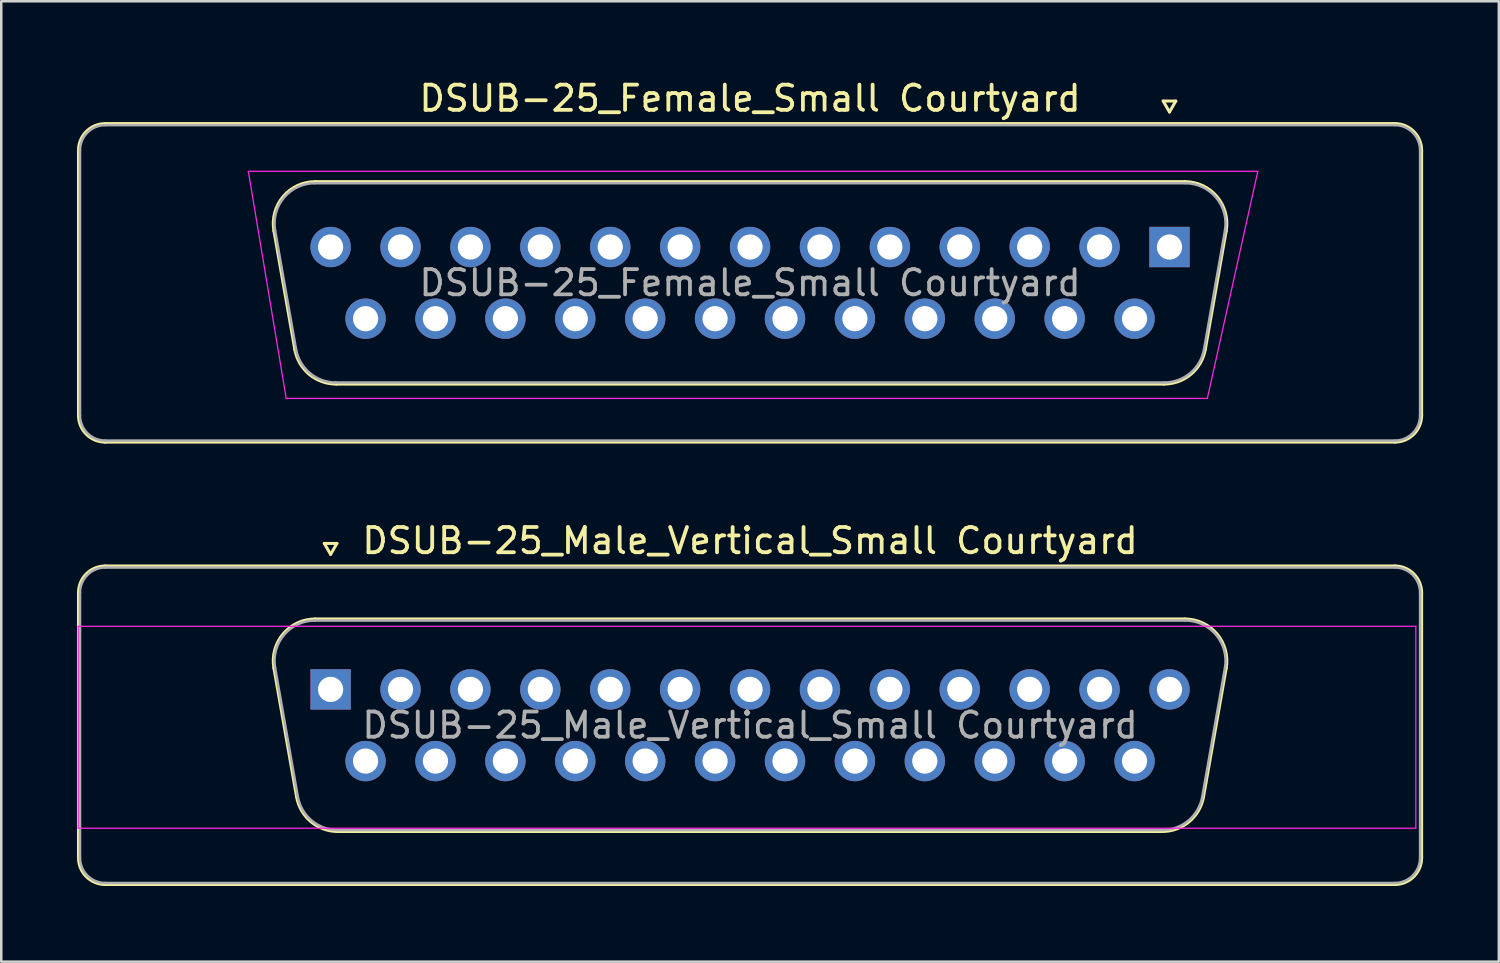
<source format=kicad_pcb>
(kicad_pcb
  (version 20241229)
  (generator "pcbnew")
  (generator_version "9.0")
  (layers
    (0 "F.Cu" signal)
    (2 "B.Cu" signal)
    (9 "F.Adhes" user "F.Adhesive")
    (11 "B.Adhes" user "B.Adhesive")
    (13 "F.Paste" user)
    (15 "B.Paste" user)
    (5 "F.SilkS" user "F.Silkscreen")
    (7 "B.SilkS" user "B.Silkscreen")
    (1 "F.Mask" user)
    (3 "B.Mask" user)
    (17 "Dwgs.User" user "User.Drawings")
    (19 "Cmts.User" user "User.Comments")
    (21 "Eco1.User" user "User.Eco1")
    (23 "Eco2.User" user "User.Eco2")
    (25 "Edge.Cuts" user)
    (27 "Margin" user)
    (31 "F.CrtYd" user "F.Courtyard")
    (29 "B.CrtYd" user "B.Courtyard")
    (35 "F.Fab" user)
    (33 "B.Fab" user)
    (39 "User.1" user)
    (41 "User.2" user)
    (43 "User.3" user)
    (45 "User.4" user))
  (footprint "DSUB-25_Female_Small Courtyard"
    (layer "F.Cu")
    (at 43.29 6.738)
    (property "Reference" "DSUB-25_Female_Small Courtyard" (at -16.62 -5.89 0) (layer "F.SilkS") (effects (font (size 1 1) (thickness 0.15))))
    (attr through_hole)
    (fp_line (start -43.23 6.67) (end -43.23 -3.83) (stroke (width 0.12) (type solid)) (layer "F.SilkS"))
    (fp_line (start -42.17 -4.89) (end 8.93 -4.89) (stroke (width 0.12) (type solid)) (layer "F.SilkS"))
    (fp_line (start -35.486 -0.642) (end -34.658 4.058) (stroke (width 0.12) (type solid)) (layer "F.SilkS"))
    (fp_line (start -33.852 -2.59) (end 0.612 -2.59) (stroke (width 0.12) (type solid)) (layer "F.SilkS"))
    (fp_line (start -33.023 5.43) (end -0.217 5.43) (stroke (width 0.12) (type solid)) (layer "F.SilkS"))
    (fp_line (start -0.25 -5.784) (end 0.25 -5.784) (stroke (width 0.12) (type solid)) (layer "F.SilkS"))
    (fp_line (start 0 -5.351) (end -0.25 -5.784) (stroke (width 0.12) (type solid)) (layer "F.SilkS"))
    (fp_line (start 0.25 -5.784) (end 0 -5.351) (stroke (width 0.12) (type solid)) (layer "F.SilkS"))
    (fp_line (start 2.246 -0.642) (end 1.418 4.058) (stroke (width 0.12) (type solid)) (layer "F.SilkS"))
    (fp_line (start 8.93 7.73) (end -42.17 7.73) (stroke (width 0.12) (type solid)) (layer "F.SilkS"))
    (fp_line (start 9.99 -3.83) (end 9.99 6.67) (stroke (width 0.12) (type solid)) (layer "F.SilkS"))
    (fp_arc (start -43.23 -3.83) (mid -42.919533 -4.579533) (end -42.17 -4.89) (stroke (width 0.12) (type solid)) (layer "F.SilkS"))
    (fp_arc (start -42.17 7.73) (mid -42.919533 7.419533) (end -43.23 6.67) (stroke (width 0.12) (type solid)) (layer "F.SilkS"))
    (fp_arc (start -35.48647 -0.641744) (mid -35.123323 -1.997028) (end -33.851689 -2.59) (stroke (width 0.12) (type solid)) (layer "F.SilkS"))
    (fp_arc (start -33.022952 5.43) (mid -34.089979 5.041634) (end -34.657733 4.058256) (stroke (width 0.12) (type solid)) (layer "F.SilkS"))
    (fp_arc (start 0.611689 -2.59) (mid 1.883323 -1.997027) (end 2.24647 -0.641744) (stroke (width 0.12) (type solid)) (layer "F.SilkS"))
    (fp_arc (start 1.417733 4.058256) (mid 0.84998 5.041634) (end -0.217048 5.43) (stroke (width 0.12) (type solid)) (layer "F.SilkS"))
    (fp_arc (start 8.93 -4.89) (mid 9.679533 -4.579533) (end 9.99 -3.83) (stroke (width 0.12) (type solid)) (layer "F.SilkS"))
    (fp_arc (start 9.99 6.67) (mid 9.679533 7.419533) (end 8.93 7.73) (stroke (width 0.12) (type solid)) (layer "F.SilkS"))
    (fp_line (start -36.5 -3) (end -35 6) (stroke (width 0.05) (type solid)) (layer "F.CrtYd"))
    (fp_line (start -35 6) (end 1.5 6) (stroke (width 0.05) (type solid)) (layer "F.CrtYd"))
    (fp_line (start 1.5 6) (end 3.5 -3) (stroke (width 0.05) (type solid)) (layer "F.CrtYd"))
    (fp_line (start 3.5 -3) (end -36.5 -3) (stroke (width 0.05) (type solid)) (layer "F.CrtYd"))
    (fp_line (start -43.17 6.67) (end -43.17 -3.83) (stroke (width 0.1) (type solid)) (layer "F.Fab"))
    (fp_line (start -42.17 -4.83) (end 8.93 -4.83) (stroke (width 0.1) (type solid)) (layer "F.Fab"))
    (fp_line (start -35.439 -0.652) (end -34.61 4.048) (stroke (width 0.1) (type solid)) (layer "F.Fab"))
    (fp_line (start -33.863 -2.53) (end 0.623 -2.53) (stroke (width 0.1) (type solid)) (layer "F.Fab"))
    (fp_line (start -33.034 5.37) (end -0.206 5.37) (stroke (width 0.1) (type solid)) (layer "F.Fab"))
    (fp_line (start 2.199 -0.652) (end 1.37 4.048) (stroke (width 0.1) (type solid)) (layer "F.Fab"))
    (fp_line (start 8.93 7.67) (end -42.17 7.67) (stroke (width 0.1) (type solid)) (layer "F.Fab"))
    (fp_line (start 9.93 -3.83) (end 9.93 6.67) (stroke (width 0.1) (type solid)) (layer "F.Fab"))
    (fp_arc (start -43.17 -3.83) (mid -42.877107 -4.537107) (end -42.17 -4.83) (stroke (width 0.1) (type solid)) (layer "F.Fab"))
    (fp_arc (start -42.17 7.67) (mid -42.877107 7.377107) (end -43.17 6.67) (stroke (width 0.1) (type solid)) (layer "F.Fab"))
    (fp_arc (start -35.438886 -0.652163) (mid -35.088865 -1.95846) (end -33.863194 -2.53) (stroke (width 0.1) (type solid)) (layer "F.Fab"))
    (fp_arc (start -33.034457 5.37) (mid -34.062917 4.995671) (end -34.610149 4.047837) (stroke (width 0.1) (type solid)) (layer "F.Fab"))
    (fp_arc (start 0.623194 -2.53) (mid 1.848865 -1.95846) (end 2.198886 -0.652163) (stroke (width 0.1) (type solid)) (layer "F.Fab"))
    (fp_arc (start 1.370149 4.047837) (mid 0.822917 4.995671) (end -0.205543 5.37) (stroke (width 0.1) (type solid)) (layer "F.Fab"))
    (fp_arc (start 8.93 -4.83) (mid 9.637107 -4.537107) (end 9.93 -3.83) (stroke (width 0.1) (type solid)) (layer "F.Fab"))
    (fp_arc (start 9.93 6.67) (mid 9.637107 7.377107) (end 8.93 7.67) (stroke (width 0.1) (type solid)) (layer "F.Fab"))
    (fp_text user "${REFERENCE}" (at -16.62 1.42 0) (layer "F.Fab") (effects (font (size 1 1) (thickness 0.15))))
    (pad "1" thru_hole rect (at 0 0) (size 1.6 1.6) (drill 1) (layers "*.Cu" "*.Mask"))
    (pad "2" thru_hole circle (at -2.77 0) (size 1.6 1.6) (drill 1) (layers "*.Cu" "*.Mask"))
    (pad "3" thru_hole circle (at -5.54 0) (size 1.6 1.6) (drill 1) (layers "*.Cu" "*.Mask"))
    (pad "4" thru_hole circle (at -8.31 0) (size 1.6 1.6) (drill 1) (layers "*.Cu" "*.Mask"))
    (pad "5" thru_hole circle (at -11.08 0) (size 1.6 1.6) (drill 1) (layers "*.Cu" "*.Mask"))
    (pad "6" thru_hole circle (at -13.85 0) (size 1.6 1.6) (drill 1) (layers "*.Cu" "*.Mask"))
    (pad "7" thru_hole circle (at -16.62 0) (size 1.6 1.6) (drill 1) (layers "*.Cu" "*.Mask"))
    (pad "8" thru_hole circle (at -19.39 0) (size 1.6 1.6) (drill 1) (layers "*.Cu" "*.Mask"))
    (pad "9" thru_hole circle (at -22.16 0) (size 1.6 1.6) (drill 1) (layers "*.Cu" "*.Mask"))
    (pad "10" thru_hole circle (at -24.93 0) (size 1.6 1.6) (drill 1) (layers "*.Cu" "*.Mask"))
    (pad "11" thru_hole circle (at -27.7 0) (size 1.6 1.6) (drill 1) (layers "*.Cu" "*.Mask"))
    (pad "12" thru_hole circle (at -30.47 0) (size 1.6 1.6) (drill 1) (layers "*.Cu" "*.Mask"))
    (pad "13" thru_hole circle (at -33.24 0) (size 1.6 1.6) (drill 1) (layers "*.Cu" "*.Mask"))
    (pad "14" thru_hole circle (at -1.385 2.84) (size 1.6 1.6) (drill 1) (layers "*.Cu" "*.Mask"))
    (pad "15" thru_hole circle (at -4.155 2.84) (size 1.6 1.6) (drill 1) (layers "*.Cu" "*.Mask"))
    (pad "16" thru_hole circle (at -6.925 2.84) (size 1.6 1.6) (drill 1) (layers "*.Cu" "*.Mask"))
    (pad "17" thru_hole circle (at -9.695 2.84) (size 1.6 1.6) (drill 1) (layers "*.Cu" "*.Mask"))
    (pad "18" thru_hole circle (at -12.465 2.84) (size 1.6 1.6) (drill 1) (layers "*.Cu" "*.Mask"))
    (pad "19" thru_hole circle (at -15.235 2.84) (size 1.6 1.6) (drill 1) (layers "*.Cu" "*.Mask"))
    (pad "20" thru_hole circle (at -18.005 2.84) (size 1.6 1.6) (drill 1) (layers "*.Cu" "*.Mask"))
    (pad "21" thru_hole circle (at -20.775 2.84) (size 1.6 1.6) (drill 1) (layers "*.Cu" "*.Mask"))
    (pad "22" thru_hole circle (at -23.545 2.84) (size 1.6 1.6) (drill 1) (layers "*.Cu" "*.Mask"))
    (pad "23" thru_hole circle (at -26.315 2.84) (size 1.6 1.6) (drill 1) (layers "*.Cu" "*.Mask"))
    (pad "24" thru_hole circle (at -29.085 2.84) (size 1.6 1.6) (drill 1) (layers "*.Cu" "*.Mask"))
    (pad "25" thru_hole circle (at -31.855 2.84) (size 1.6 1.6) (drill 1) (layers "*.Cu" "*.Mask")))
  (footprint "DSUB-25_Male_Vertical_Small Courtyard"
    (layer "F.Cu")
    (at 10.05 24.267)
    (property "Reference" "DSUB-25_Male_Vertical_Small Courtyard" (at 16.62 -5.89 0) (layer "F.SilkS") (effects (font (size 1 1) (thickness 0.15))))
    (attr through_hole)
    (fp_line (start -9.99 6.67) (end -9.99 -3.83) (stroke (width 0.12) (type solid)) (layer "F.SilkS"))
    (fp_line (start -8.93 -4.89) (end 42.17 -4.89) (stroke (width 0.12) (type solid)) (layer "F.SilkS"))
    (fp_line (start -2.246 -0.842) (end -1.347 4.258) (stroke (width 0.12) (type solid)) (layer "F.SilkS"))
    (fp_line (start -0.612 -2.79) (end 33.852 -2.79) (stroke (width 0.12) (type solid)) (layer "F.SilkS"))
    (fp_line (start -0.25 -5.784) (end 0.25 -5.784) (stroke (width 0.12) (type solid)) (layer "F.SilkS"))
    (fp_line (start 0 -5.351) (end -0.25 -5.784) (stroke (width 0.12) (type solid)) (layer "F.SilkS"))
    (fp_line (start 0.25 -5.784) (end 0 -5.351) (stroke (width 0.12) (type solid)) (layer "F.SilkS"))
    (fp_line (start 0.288 5.63) (end 32.952 5.63) (stroke (width 0.12) (type solid)) (layer "F.SilkS"))
    (fp_line (start 35.486 -0.842) (end 34.587 4.258) (stroke (width 0.12) (type solid)) (layer "F.SilkS"))
    (fp_line (start 42.17 7.73) (end -8.93 7.73) (stroke (width 0.12) (type solid)) (layer "F.SilkS"))
    (fp_line (start 43.23 -3.83) (end 43.23 6.67) (stroke (width 0.12) (type solid)) (layer "F.SilkS"))
    (fp_arc (start -9.99 -3.83) (mid -9.679533 -4.579533) (end -8.93 -4.89) (stroke (width 0.12) (type solid)) (layer "F.SilkS"))
    (fp_arc (start -8.93 7.73) (mid -9.679533 7.419533) (end -9.99 6.67) (stroke (width 0.12) (type solid)) (layer "F.SilkS"))
    (fp_arc (start -2.24647 -0.841744) (mid -1.883323 -2.197028) (end -0.611689 -2.79) (stroke (width 0.12) (type solid)) (layer "F.SilkS"))
    (fp_arc (start 0.287579 5.63) (mid -0.779448 5.241634) (end -1.347202 4.258256) (stroke (width 0.12) (type solid)) (layer "F.SilkS"))
    (fp_arc (start 33.851689 -2.79) (mid 35.123323 -2.197027) (end 35.48647 -0.841744) (stroke (width 0.12) (type solid)) (layer "F.SilkS"))
    (fp_arc (start 34.587202 4.258256) (mid 34.019449 5.241634) (end 32.952421 5.63) (stroke (width 0.12) (type solid)) (layer "F.SilkS"))
    (fp_arc (start 42.17 -4.89) (mid 42.919533 -4.579533) (end 43.23 -3.83) (stroke (width 0.12) (type solid)) (layer "F.SilkS"))
    (fp_arc (start 43.23 6.67) (mid 42.919533 7.419533) (end 42.17 7.73) (stroke (width 0.12) (type solid)) (layer "F.SilkS"))
    (fp_line (start -10 -2.5) (end -10 5.5) (stroke (width 0.05) (type solid)) (layer "F.CrtYd"))
    (fp_line (start -10 5.5) (end 43 5.5) (stroke (width 0.05) (type solid)) (layer "F.CrtYd"))
    (fp_line (start 43 -2.5) (end -10 -2.5) (stroke (width 0.05) (type solid)) (layer "F.CrtYd"))
    (fp_line (start 43 5.5) (end 43 -2.5) (stroke (width 0.05) (type solid)) (layer "F.CrtYd"))
    (fp_line (start -9.93 6.67) (end -9.93 -3.83) (stroke (width 0.1) (type solid)) (layer "F.Fab"))
    (fp_line (start -8.93 -4.83) (end 42.17 -4.83) (stroke (width 0.1) (type solid)) (layer "F.Fab"))
    (fp_line (start -2.199 -0.852) (end -1.3 4.248) (stroke (width 0.1) (type solid)) (layer "F.Fab"))
    (fp_line (start -0.623 -2.73) (end 33.863 -2.73) (stroke (width 0.1) (type solid)) (layer "F.Fab"))
    (fp_line (start 0.276 5.57) (end 32.964 5.57) (stroke (width 0.1) (type solid)) (layer "F.Fab"))
    (fp_line (start 35.439 -0.852) (end 34.54 4.248) (stroke (width 0.1) (type solid)) (layer "F.Fab"))
    (fp_line (start 42.17 7.67) (end -8.93 7.67) (stroke (width 0.1) (type solid)) (layer "F.Fab"))
    (fp_line (start 43.17 -3.83) (end 43.17 6.67) (stroke (width 0.1) (type solid)) (layer "F.Fab"))
    (fp_arc (start -9.93 -3.83) (mid -9.637107 -4.537107) (end -8.93 -4.83) (stroke (width 0.1) (type solid)) (layer "F.Fab"))
    (fp_arc (start -8.93 7.67) (mid -9.637107 7.377107) (end -9.93 6.67) (stroke (width 0.1) (type solid)) (layer "F.Fab"))
    (fp_arc (start -2.198886 -0.852163) (mid -1.848865 -2.15846) (end -0.623194 -2.73) (stroke (width 0.1) (type solid)) (layer "F.Fab"))
    (fp_arc (start 0.276073 5.57) (mid -0.752387 5.195671) (end -1.299619 4.247837) (stroke (width 0.1) (type solid)) (layer "F.Fab"))
    (fp_arc (start 33.863194 -2.73) (mid 35.088865 -2.15846) (end 35.438886 -0.852163) (stroke (width 0.1) (type solid)) (layer "F.Fab"))
    (fp_arc (start 34.539619 4.247837) (mid 33.992387 5.195671) (end 32.963927 5.57) (stroke (width 0.1) (type solid)) (layer "F.Fab"))
    (fp_arc (start 42.17 -4.83) (mid 42.877107 -4.537107) (end 43.17 -3.83) (stroke (width 0.1) (type solid)) (layer "F.Fab"))
    (fp_arc (start 43.17 6.67) (mid 42.877107 7.377107) (end 42.17 7.67) (stroke (width 0.1) (type solid)) (layer "F.Fab"))
    (fp_text user "${REFERENCE}" (at 16.62 1.42 0) (layer "F.Fab") (effects (font (size 1 1) (thickness 0.15))))
    (pad "1" thru_hole rect (at 0 0) (size 1.6 1.6) (drill 1) (layers "*.Cu" "*.Mask"))
    (pad "2" thru_hole circle (at 2.77 0) (size 1.6 1.6) (drill 1) (layers "*.Cu" "*.Mask"))
    (pad "3" thru_hole circle (at 5.54 0) (size 1.6 1.6) (drill 1) (layers "*.Cu" "*.Mask"))
    (pad "4" thru_hole circle (at 8.31 0) (size 1.6 1.6) (drill 1) (layers "*.Cu" "*.Mask"))
    (pad "5" thru_hole circle (at 11.08 0) (size 1.6 1.6) (drill 1) (layers "*.Cu" "*.Mask"))
    (pad "6" thru_hole circle (at 13.85 0) (size 1.6 1.6) (drill 1) (layers "*.Cu" "*.Mask"))
    (pad "7" thru_hole circle (at 16.62 0) (size 1.6 1.6) (drill 1) (layers "*.Cu" "*.Mask"))
    (pad "8" thru_hole circle (at 19.39 0) (size 1.6 1.6) (drill 1) (layers "*.Cu" "*.Mask"))
    (pad "9" thru_hole circle (at 22.16 0) (size 1.6 1.6) (drill 1) (layers "*.Cu" "*.Mask"))
    (pad "10" thru_hole circle (at 24.93 0) (size 1.6 1.6) (drill 1) (layers "*.Cu" "*.Mask"))
    (pad "11" thru_hole circle (at 27.7 0) (size 1.6 1.6) (drill 1) (layers "*.Cu" "*.Mask"))
    (pad "12" thru_hole circle (at 30.47 0) (size 1.6 1.6) (drill 1) (layers "*.Cu" "*.Mask"))
    (pad "13" thru_hole circle (at 33.24 0) (size 1.6 1.6) (drill 1) (layers "*.Cu" "*.Mask"))
    (pad "14" thru_hole circle (at 1.385 2.84) (size 1.6 1.6) (drill 1) (layers "*.Cu" "*.Mask"))
    (pad "15" thru_hole circle (at 4.155 2.84) (size 1.6 1.6) (drill 1) (layers "*.Cu" "*.Mask"))
    (pad "16" thru_hole circle (at 6.925 2.84) (size 1.6 1.6) (drill 1) (layers "*.Cu" "*.Mask"))
    (pad "17" thru_hole circle (at 9.695 2.84) (size 1.6 1.6) (drill 1) (layers "*.Cu" "*.Mask"))
    (pad "18" thru_hole circle (at 12.465 2.84) (size 1.6 1.6) (drill 1) (layers "*.Cu" "*.Mask"))
    (pad "19" thru_hole circle (at 15.235 2.84) (size 1.6 1.6) (drill 1) (layers "*.Cu" "*.Mask"))
    (pad "20" thru_hole circle (at 18.005 2.84) (size 1.6 1.6) (drill 1) (layers "*.Cu" "*.Mask"))
    (pad "21" thru_hole circle (at 20.775 2.84) (size 1.6 1.6) (drill 1) (layers "*.Cu" "*.Mask"))
    (pad "22" thru_hole circle (at 23.545 2.84) (size 1.6 1.6) (drill 1) (layers "*.Cu" "*.Mask"))
    (pad "23" thru_hole circle (at 26.315 2.84) (size 1.6 1.6) (drill 1) (layers "*.Cu" "*.Mask"))
    (pad "24" thru_hole circle (at 29.085 2.84) (size 1.6 1.6) (drill 1) (layers "*.Cu" "*.Mask"))
    (pad "25" thru_hole circle (at 31.855 2.84) (size 1.6 1.6) (drill 1) (layers "*.Cu" "*.Mask")))
  (gr_rect
    (start -3 -3)
    (end 56.34 35.056)
    (stroke (width 0.1) (type default))
    (fill no)
    (layer "Edge.Cuts")))
</source>
